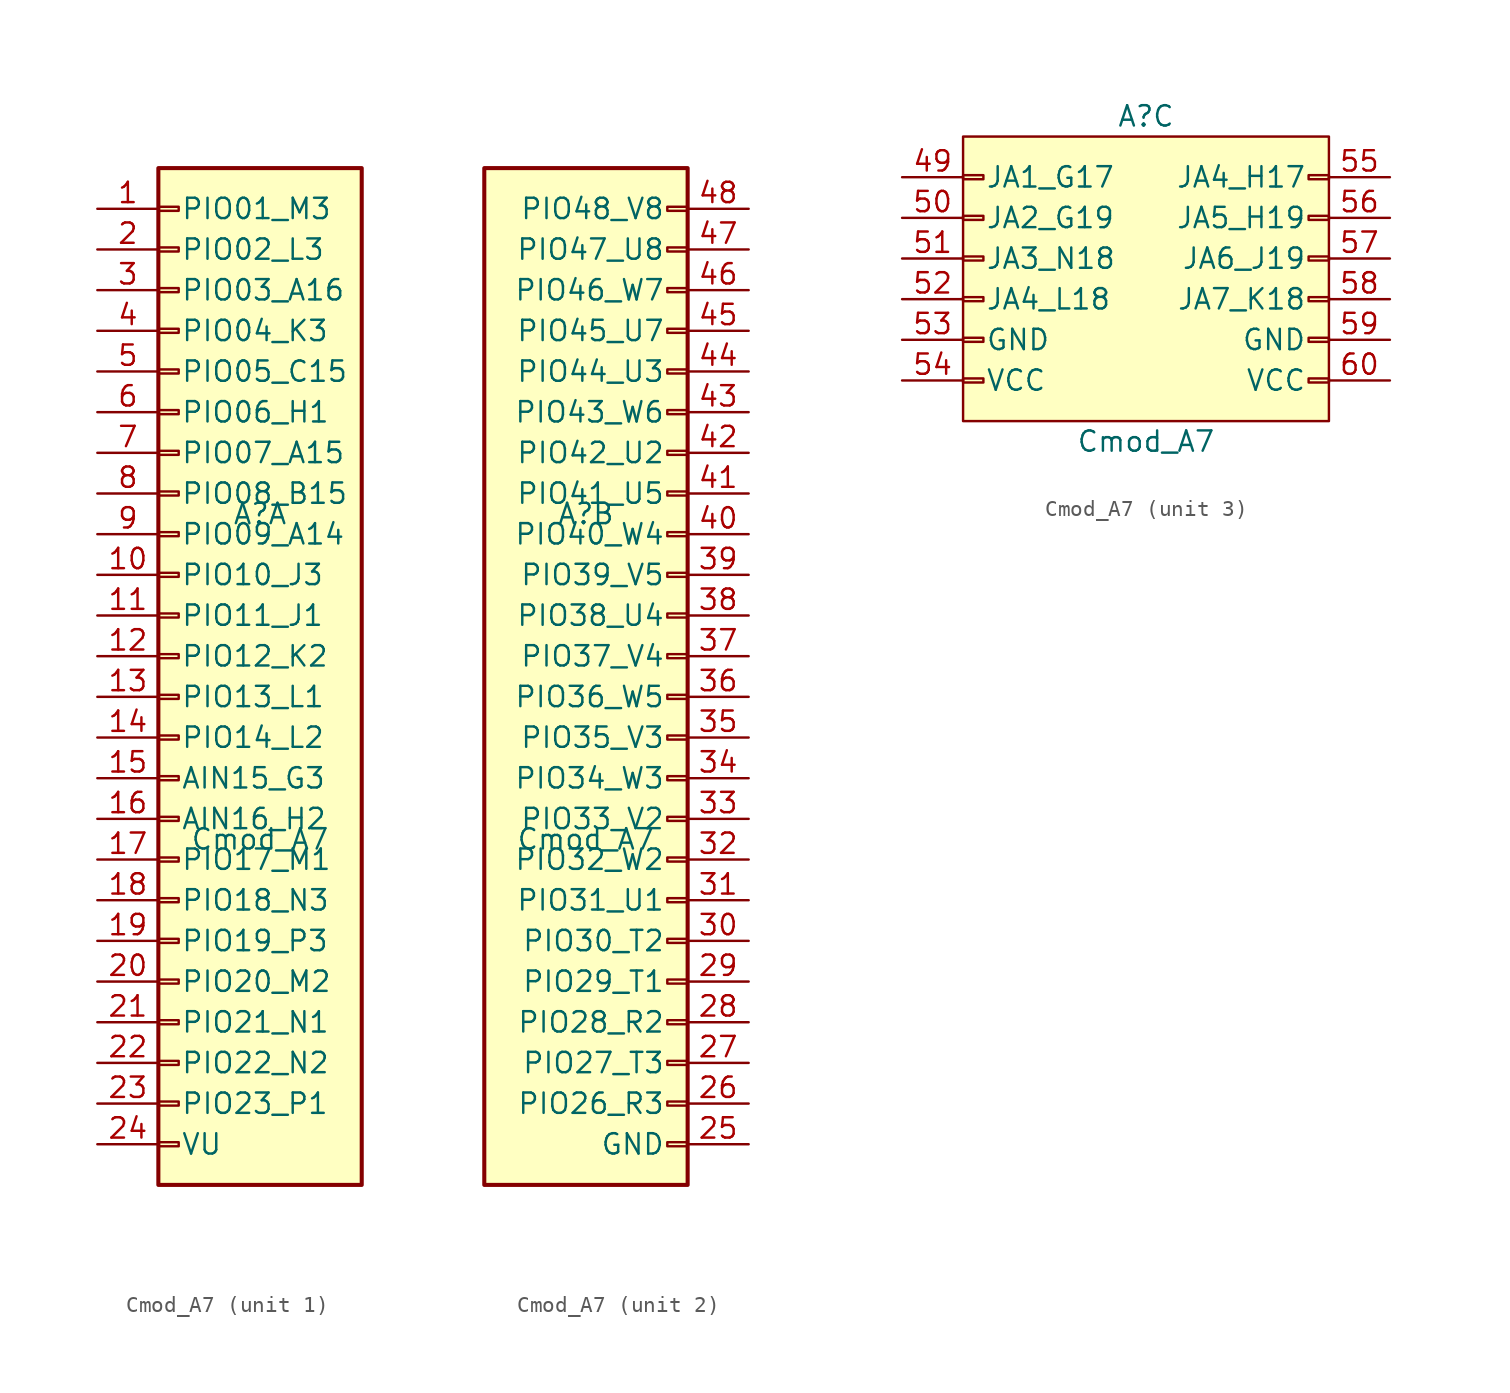
<source format=kicad_sym>
(kicad_symbol_lib
  (version 20211014)
  (generator kicad_symbol_editor)
  (symbol "Cmod_A7"
    (pin_names
      (offset 1.397))
    (property "Reference" "A"
      (at 0 8.89 0)
      (effects (font (size 1.27 1.27))))
    (property "Value" "Cmod_A7"
      (at 0 -11.43 0)
      (effects (font (size 1.27 1.27))))
    (property "ki_locked" ""
      (at 0 0 0)
      (effects (font (size 1.27 1.27))))
    (symbol "Cmod_A7_1_1"
      (rectangle (start -6.35 -30.353) (end -5.08 -30.607) (stroke (width 0.152) (type default) (color 0 0 0 0)) (fill (type none)))
      (rectangle (start -6.35 -27.813) (end -5.08 -28.067) (stroke (width 0.152) (type default) (color 0 0 0 0)) (fill (type none)))
      (rectangle (start -6.35 -25.273) (end -5.08 -25.527) (stroke (width 0.152) (type default) (color 0 0 0 0)) (fill (type none)))
      (rectangle (start -6.35 -22.733) (end -5.08 -22.987) (stroke (width 0.152) (type default) (color 0 0 0 0)) (fill (type none)))
      (rectangle (start -6.35 -20.193) (end -5.08 -20.447) (stroke (width 0.152) (type default) (color 0 0 0 0)) (fill (type none)))
      (rectangle (start -6.35 -17.653) (end -5.08 -17.907) (stroke (width 0.152) (type default) (color 0 0 0 0)) (fill (type none)))
      (rectangle (start -6.35 -15.113) (end -5.08 -15.367) (stroke (width 0.152) (type default) (color 0 0 0 0)) (fill (type none)))
      (rectangle (start -6.35 -12.573) (end -5.08 -12.827) (stroke (width 0.152) (type default) (color 0 0 0 0)) (fill (type none)))
      (rectangle (start -6.35 -10.033) (end -5.08 -10.287) (stroke (width 0.152) (type default) (color 0 0 0 0)) (fill (type none)))
      (rectangle (start -6.35 -7.493) (end -5.08 -7.747) (stroke (width 0.152) (type default) (color 0 0 0 0)) (fill (type none)))
      (rectangle (start -6.35 -4.953) (end -5.08 -5.207) (stroke (width 0.152) (type default) (color 0 0 0 0)) (fill (type none)))
      (rectangle (start -6.35 -2.413) (end -5.08 -2.667) (stroke (width 0.152) (type default) (color 0 0 0 0)) (fill (type none)))
      (rectangle (start -6.35 0.127) (end -5.08 -0.127) (stroke (width 0.152) (type default) (color 0 0 0 0)) (fill (type none)))
      (rectangle (start -6.35 2.667) (end -5.08 2.413) (stroke (width 0.152) (type default) (color 0 0 0 0)) (fill (type none)))
      (rectangle (start -6.35 5.207) (end -5.08 4.953) (stroke (width 0.152) (type default) (color 0 0 0 0)) (fill (type none)))
      (rectangle (start -6.35 7.747) (end -5.08 7.493) (stroke (width 0.152) (type default) (color 0 0 0 0)) (fill (type none)))
      (rectangle (start -6.35 10.287) (end -5.08 10.033) (stroke (width 0.152) (type default) (color 0 0 0 0)) (fill (type none)))
      (rectangle (start -6.35 12.827) (end -5.08 12.573) (stroke (width 0.152) (type default) (color 0 0 0 0)) (fill (type none)))
      (rectangle (start -6.35 15.367) (end -5.08 15.113) (stroke (width 0.152) (type default) (color 0 0 0 0)) (fill (type none)))
      (rectangle (start -6.35 17.907) (end -5.08 17.653) (stroke (width 0.152) (type default) (color 0 0 0 0)) (fill (type none)))
      (rectangle (start -6.35 20.447) (end -5.08 20.193) (stroke (width 0.152) (type default) (color 0 0 0 0)) (fill (type none)))
      (rectangle (start -6.35 22.987) (end -5.08 22.733) (stroke (width 0.152) (type default) (color 0 0 0 0)) (fill (type none)))
      (rectangle (start -6.35 25.527) (end -5.08 25.273) (stroke (width 0.152) (type default) (color 0 0 0 0)) (fill (type none)))
      (rectangle (start -6.35 28.067) (end -5.08 27.813) (stroke (width 0.152) (type default) (color 0 0 0 0)) (fill (type none)))
      (rectangle (start -6.35 30.48) (end 6.35 -33.02) (stroke (width 0.254) (type default) (color 0 0 0 0)) (fill (type background)))
      (pin passive line (at -10.16 27.94 0) (length 3.81) (name "PIO01_M3" (effects (font (size 1.27 1.27)))) (number "1" (effects (font (size 1.27 1.27)))))
      (pin passive line (at -10.16 5.08 0) (length 3.81) (name "PIO10_J3" (effects (font (size 1.27 1.27)))) (number "10" (effects (font (size 1.27 1.27)))))
      (pin passive line (at -10.16 2.54 0) (length 3.81) (name "PIO11_J1" (effects (font (size 1.27 1.27)))) (number "11" (effects (font (size 1.27 1.27)))))
      (pin passive line (at -10.16 0 0) (length 3.81) (name "PIO12_K2" (effects (font (size 1.27 1.27)))) (number "12" (effects (font (size 1.27 1.27)))))
      (pin passive line (at -10.16 -2.54 0) (length 3.81) (name "PIO13_L1" (effects (font (size 1.27 1.27)))) (number "13" (effects (font (size 1.27 1.27)))))
      (pin passive line (at -10.16 -5.08 0) (length 3.81) (name "PIO14_L2" (effects (font (size 1.27 1.27)))) (number "14" (effects (font (size 1.27 1.27)))))
      (pin passive line (at -10.16 -7.62 0) (length 3.81) (name "AIN15_G3" (effects (font (size 1.27 1.27)))) (number "15" (effects (font (size 1.27 1.27)))))
      (pin passive line (at -10.16 -10.16 0) (length 3.81) (name "AIN16_H2" (effects (font (size 1.27 1.27)))) (number "16" (effects (font (size 1.27 1.27)))))
      (pin passive line (at -10.16 -12.7 0) (length 3.81) (name "PIO17_M1" (effects (font (size 1.27 1.27)))) (number "17" (effects (font (size 1.27 1.27)))))
      (pin passive line (at -10.16 -15.24 0) (length 3.81) (name "PIO18_N3" (effects (font (size 1.27 1.27)))) (number "18" (effects (font (size 1.27 1.27)))))
      (pin passive line (at -10.16 -17.78 0) (length 3.81) (name "PIO19_P3" (effects (font (size 1.27 1.27)))) (number "19" (effects (font (size 1.27 1.27)))))
      (pin passive line (at -10.16 25.4 0) (length 3.81) (name "PIO02_L3" (effects (font (size 1.27 1.27)))) (number "2" (effects (font (size 1.27 1.27)))))
      (pin passive line (at -10.16 -20.32 0) (length 3.81) (name "PIO20_M2" (effects (font (size 1.27 1.27)))) (number "20" (effects (font (size 1.27 1.27)))))
      (pin passive line (at -10.16 -22.86 0) (length 3.81) (name "PIO21_N1" (effects (font (size 1.27 1.27)))) (number "21" (effects (font (size 1.27 1.27)))))
      (pin passive line (at -10.16 -25.4 0) (length 3.81) (name "PIO22_N2" (effects (font (size 1.27 1.27)))) (number "22" (effects (font (size 1.27 1.27)))))
      (pin passive line (at -10.16 -27.94 0) (length 3.81) (name "PIO23_P1" (effects (font (size 1.27 1.27)))) (number "23" (effects (font (size 1.27 1.27)))))
      (pin power_out line (at -10.16 -30.48 0) (length 3.81) (name "VU" (effects (font (size 1.27 1.27)))) (number "24" (effects (font (size 1.27 1.27)))))
      (pin passive line (at -10.16 22.86 0) (length 3.81) (name "PIO03_A16" (effects (font (size 1.27 1.27)))) (number "3" (effects (font (size 1.27 1.27)))))
      (pin passive line (at -10.16 20.32 0) (length 3.81) (name "PIO04_K3" (effects (font (size 1.27 1.27)))) (number "4" (effects (font (size 1.27 1.27)))))
      (pin passive line (at -10.16 17.78 0) (length 3.81) (name "PIO05_C15" (effects (font (size 1.27 1.27)))) (number "5" (effects (font (size 1.27 1.27)))))
      (pin passive line (at -10.16 15.24 0) (length 3.81) (name "PIO06_H1" (effects (font (size 1.27 1.27)))) (number "6" (effects (font (size 1.27 1.27)))))
      (pin passive line (at -10.16 12.7 0) (length 3.81) (name "PIO07_A15" (effects (font (size 1.27 1.27)))) (number "7" (effects (font (size 1.27 1.27)))))
      (pin passive line (at -10.16 10.16 0) (length 3.81) (name "PIO08_B15" (effects (font (size 1.27 1.27)))) (number "8" (effects (font (size 1.27 1.27)))))
      (pin passive line (at -10.16 7.62 0) (length 3.81) (name "PIO09_A14" (effects (font (size 1.27 1.27)))) (number "9" (effects (font (size 1.27 1.27))))))
    (symbol "Cmod_A7_2_1"
      (rectangle (start 6.35 -33.02) (end -6.35 30.48) (stroke (width 0.254) (type default) (color 0 0 0 0)) (fill (type background)))
      (rectangle (start 6.35 -30.607) (end 5.08 -30.353) (stroke (width 0.152) (type default) (color 0 0 0 0)) (fill (type none)))
      (rectangle (start 6.35 -28.067) (end 5.08 -27.813) (stroke (width 0.152) (type default) (color 0 0 0 0)) (fill (type none)))
      (rectangle (start 6.35 -25.527) (end 5.08 -25.273) (stroke (width 0.152) (type default) (color 0 0 0 0)) (fill (type none)))
      (rectangle (start 6.35 -22.987) (end 5.08 -22.733) (stroke (width 0.152) (type default) (color 0 0 0 0)) (fill (type none)))
      (rectangle (start 6.35 -20.447) (end 5.08 -20.193) (stroke (width 0.152) (type default) (color 0 0 0 0)) (fill (type none)))
      (rectangle (start 6.35 -17.907) (end 5.08 -17.653) (stroke (width 0.152) (type default) (color 0 0 0 0)) (fill (type none)))
      (rectangle (start 6.35 -15.367) (end 5.08 -15.113) (stroke (width 0.152) (type default) (color 0 0 0 0)) (fill (type none)))
      (rectangle (start 6.35 -12.827) (end 5.08 -12.573) (stroke (width 0.152) (type default) (color 0 0 0 0)) (fill (type none)))
      (rectangle (start 6.35 -10.287) (end 5.08 -10.033) (stroke (width 0.152) (type default) (color 0 0 0 0)) (fill (type none)))
      (rectangle (start 6.35 -7.747) (end 5.08 -7.493) (stroke (width 0.152) (type default) (color 0 0 0 0)) (fill (type none)))
      (rectangle (start 6.35 -5.207) (end 5.08 -4.953) (stroke (width 0.152) (type default) (color 0 0 0 0)) (fill (type none)))
      (rectangle (start 6.35 -2.667) (end 5.08 -2.413) (stroke (width 0.152) (type default) (color 0 0 0 0)) (fill (type none)))
      (rectangle (start 6.35 -0.127) (end 5.08 0.127) (stroke (width 0.152) (type default) (color 0 0 0 0)) (fill (type none)))
      (rectangle (start 6.35 2.413) (end 5.08 2.667) (stroke (width 0.152) (type default) (color 0 0 0 0)) (fill (type none)))
      (rectangle (start 6.35 4.953) (end 5.08 5.207) (stroke (width 0.152) (type default) (color 0 0 0 0)) (fill (type none)))
      (rectangle (start 6.35 7.493) (end 5.08 7.747) (stroke (width 0.152) (type default) (color 0 0 0 0)) (fill (type none)))
      (rectangle (start 6.35 10.033) (end 5.08 10.287) (stroke (width 0.152) (type default) (color 0 0 0 0)) (fill (type none)))
      (rectangle (start 6.35 12.573) (end 5.08 12.827) (stroke (width 0.152) (type default) (color 0 0 0 0)) (fill (type none)))
      (rectangle (start 6.35 15.113) (end 5.08 15.367) (stroke (width 0.152) (type default) (color 0 0 0 0)) (fill (type none)))
      (rectangle (start 6.35 17.653) (end 5.08 17.907) (stroke (width 0.152) (type default) (color 0 0 0 0)) (fill (type none)))
      (rectangle (start 6.35 20.193) (end 5.08 20.447) (stroke (width 0.152) (type default) (color 0 0 0 0)) (fill (type none)))
      (rectangle (start 6.35 22.733) (end 5.08 22.987) (stroke (width 0.152) (type default) (color 0 0 0 0)) (fill (type none)))
      (rectangle (start 6.35 25.273) (end 5.08 25.527) (stroke (width 0.152) (type default) (color 0 0 0 0)) (fill (type none)))
      (rectangle (start 6.35 27.813) (end 5.08 28.067) (stroke (width 0.152) (type default) (color 0 0 0 0)) (fill (type none)))
      (pin power_in line (at 10.16 -30.48 180) (length 3.81) (name "GND" (effects (font (size 1.27 1.27)))) (number "25" (effects (font (size 1.27 1.27)))))
      (pin passive line (at 10.16 -27.94 180) (length 3.81) (name "PIO26_R3" (effects (font (size 1.27 1.27)))) (number "26" (effects (font (size 1.27 1.27)))))
      (pin passive line (at 10.16 -25.4 180) (length 3.81) (name "PIO27_T3" (effects (font (size 1.27 1.27)))) (number "27" (effects (font (size 1.27 1.27)))))
      (pin passive line (at 10.16 -22.86 180) (length 3.81) (name "PIO28_R2" (effects (font (size 1.27 1.27)))) (number "28" (effects (font (size 1.27 1.27)))))
      (pin passive line (at 10.16 -20.32 180) (length 3.81) (name "PIO29_T1" (effects (font (size 1.27 1.27)))) (number "29" (effects (font (size 1.27 1.27)))))
      (pin passive line (at 10.16 -17.78 180) (length 3.81) (name "PIO30_T2" (effects (font (size 1.27 1.27)))) (number "30" (effects (font (size 1.27 1.27)))))
      (pin passive line (at 10.16 -15.24 180) (length 3.81) (name "PIO31_U1" (effects (font (size 1.27 1.27)))) (number "31" (effects (font (size 1.27 1.27)))))
      (pin passive line (at 10.16 -12.7 180) (length 3.81) (name "PIO32_W2" (effects (font (size 1.27 1.27)))) (number "32" (effects (font (size 1.27 1.27)))))
      (pin passive line (at 10.16 -10.16 180) (length 3.81) (name "PIO33_V2" (effects (font (size 1.27 1.27)))) (number "33" (effects (font (size 1.27 1.27)))))
      (pin passive line (at 10.16 -7.62 180) (length 3.81) (name "PIO34_W3" (effects (font (size 1.27 1.27)))) (number "34" (effects (font (size 1.27 1.27)))))
      (pin passive line (at 10.16 -5.08 180) (length 3.81) (name "PIO35_V3" (effects (font (size 1.27 1.27)))) (number "35" (effects (font (size 1.27 1.27)))))
      (pin passive line (at 10.16 -2.54 180) (length 3.81) (name "PIO36_W5" (effects (font (size 1.27 1.27)))) (number "36" (effects (font (size 1.27 1.27)))))
      (pin passive line (at 10.16 0 180) (length 3.81) (name "PIO37_V4" (effects (font (size 1.27 1.27)))) (number "37" (effects (font (size 1.27 1.27)))))
      (pin passive line (at 10.16 2.54 180) (length 3.81) (name "PIO38_U4" (effects (font (size 1.27 1.27)))) (number "38" (effects (font (size 1.27 1.27)))))
      (pin passive line (at 10.16 5.08 180) (length 3.81) (name "PIO39_V5" (effects (font (size 1.27 1.27)))) (number "39" (effects (font (size 1.27 1.27)))))
      (pin passive line (at 10.16 7.62 180) (length 3.81) (name "PIO40_W4" (effects (font (size 1.27 1.27)))) (number "40" (effects (font (size 1.27 1.27)))))
      (pin passive line (at 10.16 10.16 180) (length 3.81) (name "PIO41_U5" (effects (font (size 1.27 1.27)))) (number "41" (effects (font (size 1.27 1.27)))))
      (pin passive line (at 10.16 12.7 180) (length 3.81) (name "PIO42_U2" (effects (font (size 1.27 1.27)))) (number "42" (effects (font (size 1.27 1.27)))))
      (pin passive line (at 10.16 15.24 180) (length 3.81) (name "PIO43_W6" (effects (font (size 1.27 1.27)))) (number "43" (effects (font (size 1.27 1.27)))))
      (pin passive line (at 10.16 17.78 180) (length 3.81) (name "PIO44_U3" (effects (font (size 1.27 1.27)))) (number "44" (effects (font (size 1.27 1.27)))))
      (pin passive line (at 10.16 20.32 180) (length 3.81) (name "PIO45_U7" (effects (font (size 1.27 1.27)))) (number "45" (effects (font (size 1.27 1.27)))))
      (pin passive line (at 10.16 22.86 180) (length 3.81) (name "PIO46_W7" (effects (font (size 1.27 1.27)))) (number "46" (effects (font (size 1.27 1.27)))))
      (pin passive line (at 10.16 25.4 180) (length 3.81) (name "PIO47_U8" (effects (font (size 1.27 1.27)))) (number "47" (effects (font (size 1.27 1.27)))))
      (pin passive line (at 10.16 27.94 180) (length 3.81) (name "PIO48_V8" (effects (font (size 1.27 1.27)))) (number "48" (effects (font (size 1.27 1.27))))))
    (symbol "Cmod_A7_3_1"
      (rectangle (start -11.43 -7.493) (end -10.16 -7.747) (stroke (width 0.152) (type default) (color 0 0 0 0)) (fill (type none)))
      (rectangle (start -11.43 -4.953) (end -10.16 -5.207) (stroke (width 0.152) (type default) (color 0 0 0 0)) (fill (type none)))
      (rectangle (start -11.43 -2.413) (end -10.16 -2.667) (stroke (width 0.152) (type default) (color 0 0 0 0)) (fill (type none)))
      (rectangle (start -11.43 0.127) (end -10.16 -0.127) (stroke (width 0.152) (type default) (color 0 0 0 0)) (fill (type none)))
      (rectangle (start -11.43 2.667) (end -10.16 2.413) (stroke (width 0.152) (type default) (color 0 0 0 0)) (fill (type none)))
      (rectangle (start -11.43 5.207) (end -10.16 4.953) (stroke (width 0.152) (type default) (color 0 0 0 0)) (fill (type none)))
      (rectangle (start -11.43 7.62) (end 11.43 -10.16) (stroke (width 0) (type default) (color 0 0 0 0)) (fill (type background)))
      (rectangle (start 11.43 -7.493) (end 10.16 -7.747) (stroke (width 0.152) (type default) (color 0 0 0 0)) (fill (type none)))
      (rectangle (start 11.43 -4.953) (end 10.16 -5.207) (stroke (width 0.152) (type default) (color 0 0 0 0)) (fill (type none)))
      (rectangle (start 11.43 -2.413) (end 10.16 -2.667) (stroke (width 0.152) (type default) (color 0 0 0 0)) (fill (type none)))
      (rectangle (start 11.43 0.127) (end 10.16 -0.127) (stroke (width 0.152) (type default) (color 0 0 0 0)) (fill (type none)))
      (rectangle (start 11.43 2.667) (end 10.16 2.413) (stroke (width 0.152) (type default) (color 0 0 0 0)) (fill (type none)))
      (rectangle (start 11.43 5.207) (end 10.16 4.953) (stroke (width 0.152) (type default) (color 0 0 0 0)) (fill (type none)))
      (pin passive line (at -15.24 5.08 0) (length 3.81) (name "JA1_G17" (effects (font (size 1.27 1.27)))) (number "49" (effects (font (size 1.27 1.27)))))
      (pin passive line (at -15.24 2.54 0) (length 3.81) (name "JA2_G19" (effects (font (size 1.27 1.27)))) (number "50" (effects (font (size 1.27 1.27)))))
      (pin passive line (at -15.24 0 0) (length 3.81) (name "JA3_N18" (effects (font (size 1.27 1.27)))) (number "51" (effects (font (size 1.27 1.27)))))
      (pin passive line (at -15.24 -2.54 0) (length 3.81) (name "JA4_L18" (effects (font (size 1.27 1.27)))) (number "52" (effects (font (size 1.27 1.27)))))
      (pin power_in line (at -15.24 -5.08 0) (length 3.81) (name "GND" (effects (font (size 1.27 1.27)))) (number "53" (effects (font (size 1.27 1.27)))))
      (pin power_in line (at -15.24 -7.62 0) (length 3.81) (name "VCC" (effects (font (size 1.27 1.27)))) (number "54" (effects (font (size 1.27 1.27)))))
      (pin passive line (at 15.24 5.08 180) (length 3.81) (name "JA4_H17" (effects (font (size 1.27 1.27)))) (number "55" (effects (font (size 1.27 1.27)))))
      (pin passive line (at 15.24 2.54 180) (length 3.81) (name "JA5_H19" (effects (font (size 1.27 1.27)))) (number "56" (effects (font (size 1.27 1.27)))))
      (pin passive line (at 15.24 0 180) (length 3.81) (name "JA6_J19" (effects (font (size 1.27 1.27)))) (number "57" (effects (font (size 1.27 1.27)))))
      (pin passive line (at 15.24 -2.54 180) (length 3.81) (name "JA7_K18" (effects (font (size 1.27 1.27)))) (number "58" (effects (font (size 1.27 1.27)))))
      (pin power_in line (at 15.24 -5.08 180) (length 3.81) (name "GND" (effects (font (size 1.27 1.27)))) (number "59" (effects (font (size 1.27 1.27)))))
      (pin power_out line (at 15.24 -7.62 180) (length 3.81) (name "VCC" (effects (font (size 1.27 1.27)))) (number "60" (effects (font (size 1.27 1.27))))))))
</source>
